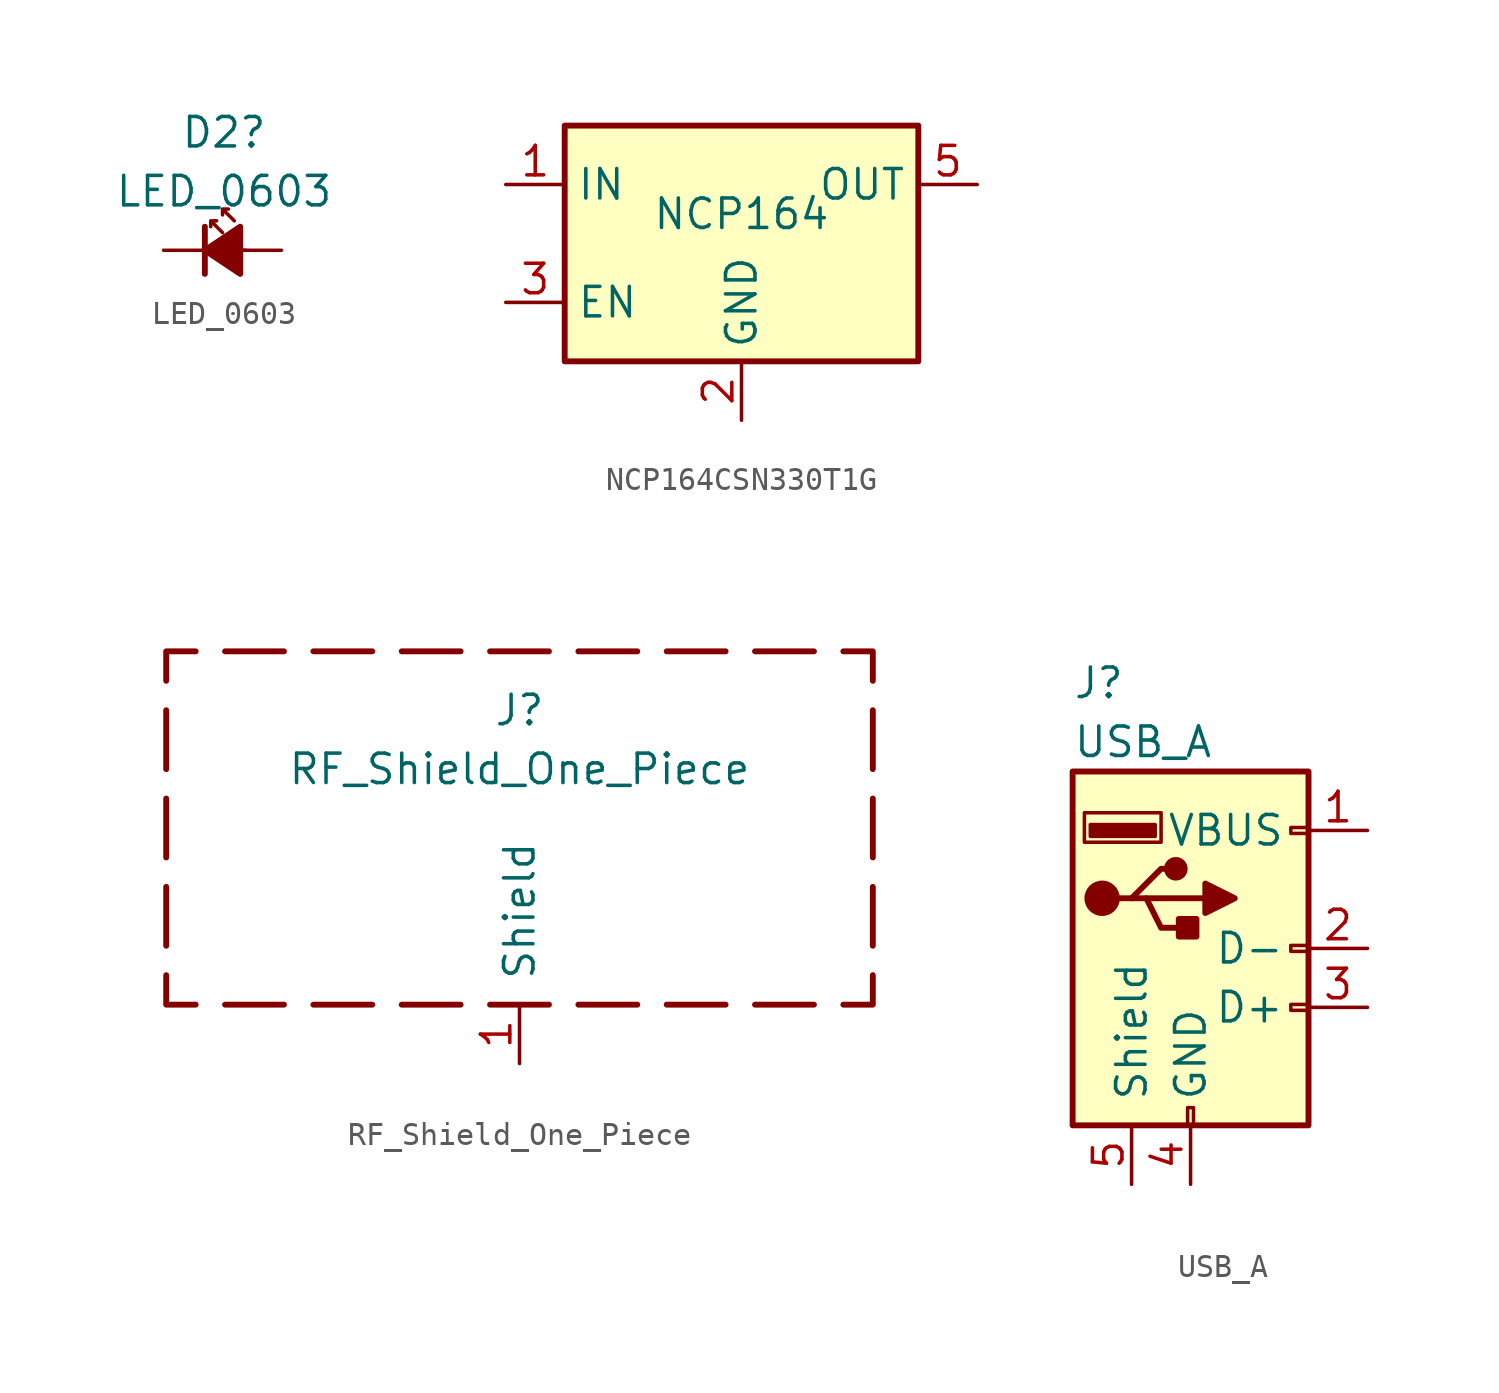
<source format=kicad_sym>
(kicad_symbol_lib
  (version 20220914)
  (generator kicad_symbol_editor)
  (symbol "LED_0603"
    (pin_numbers hide)
    (pin_names
      (offset 0.254) hide)
    (property "Reference" "D2"
      (at 0.064 5.08 0)
      (effects (font (size 1.27 1.27))))
    (property "Value" "LED_0603"
      (at 0.064 2.54 0)
      (effects (font (size 1.27 1.27))))
    (symbol "LED_0603_0_1"
      (polyline (pts (xy -0.762 -1.016) (xy -0.762 1.016)) (stroke (width 0.254) (type default)) (fill (type none)))
      (polyline (pts (xy 1.016 0) (xy -0.762 0)) (stroke (width 0) (type default)) (fill (type none)))
      (polyline (pts (xy 0.762 -1.016) (xy -0.762 0) (xy 0.762 1.016) (xy 0.762 -1.016)) (stroke (width 0.254) (type default)) (fill (type outline)))
      (polyline (pts (xy 0 0.762) (xy -0.508 1.27) (xy -0.254 1.27) (xy -0.508 1.27) (xy -0.508 1.016)) (stroke (width 0) (type default)) (fill (type none)))
      (polyline (pts (xy 0.508 1.27) (xy 0 1.778) (xy 0.254 1.778) (xy 0 1.778) (xy 0 1.524)) (stroke (width 0) (type default)) (fill (type none))))
    (symbol "LED_0603_1_1"
      (pin passive line (at -2.54 0 0) (length 1.778) (name "K" (effects (font (size 1.27 1.27)))) (number "1" (effects (font (size 1.27 1.27)))))
      (pin passive line (at 2.54 0 180) (length 1.778) (name "A" (effects (font (size 1.27 1.27)))) (number "2" (effects (font (size 1.27 1.27)))))))
  (symbol "NCP164CSN330T1G"
    (property "Reference" "U"
      (at 0 8.89 0)
      (effects (font (size 1.27 1.27)) (justify top) hide))
    (property "Value" "NCP164"
      (at 0 1.27 0)
      (effects (font (size 1.27 1.27))))
    (symbol "NCP164CSN330T1G_0_1"
      (rectangle (start -7.62 5.08) (end 7.62 -5.08) (stroke (width 0.254) (type solid)) (fill (type background))))
    (symbol "NCP164CSN330T1G_1_1"
      (pin power_in line (at -10.16 2.54 0) (length 2.54) (name "IN" (effects (font (size 1.27 1.27)))) (number "1" (effects (font (size 1.27 1.27)))))
      (pin power_in line (at 0 -7.62 90) (length 2.54) (name "GND" (effects (font (size 1.27 1.27)))) (number "2" (effects (font (size 1.27 1.27)))))
      (pin input line (at -10.16 -2.54 0) (length 2.54) (name "EN" (effects (font (size 1.27 1.27)))) (number "3" (effects (font (size 1.27 1.27)))))
      (pin no_connect line (at 7.62 -2.54 180) (length 2.54) hide (name "NC" (effects (font (size 1.27 1.27)))) (number "4" (effects (font (size 1.27 1.27)))))
      (pin power_out line (at 10.16 2.54 180) (length 2.54) (name "OUT" (effects (font (size 1.27 1.27)))) (number "5" (effects (font (size 1.27 1.27)))))))
  (symbol "RF_Shield_One_Piece"
    (pin_names
      (offset 1.016))
    (property "Reference" "J"
      (at 0 5.08 0)
      (effects (font (size 1.27 1.27))))
    (property "Value" "RF_Shield_One_Piece"
      (at 0 2.54 0)
      (effects (font (size 1.27 1.27))))
    (symbol "RF_Shield_One_Piece_0_1"
      (polyline (pts (xy -15.24 -5.08) (xy -15.24 -2.54)) (stroke (width 0.254) (type solid)) (fill (type none)))
      (polyline (pts (xy -15.24 -1.27) (xy -15.24 1.27)) (stroke (width 0.254) (type solid)) (fill (type none)))
      (polyline (pts (xy -15.24 2.54) (xy -15.24 5.08)) (stroke (width 0.254) (type solid)) (fill (type none)))
      (polyline (pts (xy -12.7 7.62) (xy -10.16 7.62)) (stroke (width 0.254) (type solid)) (fill (type none)))
      (polyline (pts (xy -10.16 -7.62) (xy -12.7 -7.62)) (stroke (width 0.254) (type solid)) (fill (type none)))
      (polyline (pts (xy -6.35 -7.62) (xy -8.89 -7.62)) (stroke (width 0.254) (type solid)) (fill (type none)))
      (polyline (pts (xy -6.35 7.62) (xy -8.89 7.62)) (stroke (width 0.254) (type solid)) (fill (type none)))
      (polyline (pts (xy -2.54 -7.62) (xy -5.08 -7.62)) (stroke (width 0.254) (type solid)) (fill (type none)))
      (polyline (pts (xy -2.54 7.62) (xy -5.08 7.62)) (stroke (width 0.254) (type solid)) (fill (type none)))
      (polyline (pts (xy -1.27 -7.62) (xy 1.27 -7.62)) (stroke (width 0.254) (type solid)) (fill (type none)))
      (polyline (pts (xy 1.27 7.62) (xy -1.27 7.62)) (stroke (width 0.254) (type solid)) (fill (type none)))
      (polyline (pts (xy 2.54 -7.62) (xy 5.08 -7.62)) (stroke (width 0.254) (type solid)) (fill (type none)))
      (polyline (pts (xy 5.08 7.62) (xy 2.54 7.62)) (stroke (width 0.254) (type solid)) (fill (type none)))
      (polyline (pts (xy 6.35 -7.62) (xy 8.89 -7.62)) (stroke (width 0.254) (type solid)) (fill (type none)))
      (polyline (pts (xy 8.89 7.62) (xy 6.35 7.62)) (stroke (width 0.254) (type solid)) (fill (type none)))
      (polyline (pts (xy 10.16 -7.62) (xy 12.7 -7.62)) (stroke (width 0.254) (type solid)) (fill (type none)))
      (polyline (pts (xy 12.7 7.62) (xy 10.16 7.62)) (stroke (width 0.254) (type solid)) (fill (type none)))
      (polyline (pts (xy 15.24 -5.08) (xy 15.24 -2.54)) (stroke (width 0.254) (type solid)) (fill (type none)))
      (polyline (pts (xy 15.24 -1.27) (xy 15.24 1.27)) (stroke (width 0.254) (type solid)) (fill (type none)))
      (polyline (pts (xy 15.24 2.54) (xy 15.24 5.08)) (stroke (width 0.254) (type solid)) (fill (type none)))
      (polyline (pts (xy -15.24 6.35) (xy -15.24 7.62) (xy -13.97 7.62)) (stroke (width 0.254) (type solid)) (fill (type none)))
      (polyline (pts (xy -13.97 -7.62) (xy -15.24 -7.62) (xy -15.24 -6.35)) (stroke (width 0.254) (type solid)) (fill (type none)))
      (polyline (pts (xy 13.97 -7.62) (xy 15.24 -7.62) (xy 15.24 -6.35)) (stroke (width 0.254) (type solid)) (fill (type none)))
      (polyline (pts (xy 15.24 6.35) (xy 15.24 7.62) (xy 13.97 7.62)) (stroke (width 0.254) (type solid)) (fill (type none))))
    (symbol "RF_Shield_One_Piece_1_1"
      (pin passive line (at 0 -10.16 90) (length 2.54) (name "Shield" (effects (font (size 1.27 1.27)))) (number "1" (effects (font (size 1.27 1.27)))))))
  (symbol "USB_A"
    (pin_names
      (offset 1.016))
    (property "Reference" "J"
      (at -5.08 11.43 0)
      (effects (font (size 1.27 1.27)) (justify left)))
    (property "Value" "USB_A"
      (at -5.08 8.89 0)
      (effects (font (size 1.27 1.27)) (justify left)))
    (symbol "USB_A_0_1"
      (rectangle (start -5.08 -7.62) (end 5.08 7.62) (stroke (width 0.254) (type solid)) (fill (type background)))
      (circle (center -3.81 2.159) (radius 0.635) (stroke (width 0.254) (type solid)) (fill (type outline)))
      (rectangle (start -1.524 4.826) (end -4.318 5.334) (stroke (width 0) (type solid)) (fill (type outline)))
      (rectangle (start -1.27 4.572) (end -4.572 5.842) (stroke (width 0) (type solid)) (fill (type none)))
      (circle (center -0.635 3.429) (radius 0.381) (stroke (width 0.254) (type solid)) (fill (type outline)))
      (rectangle (start -0.127 -7.62) (end 0.127 -6.858) (stroke (width 0) (type solid)) (fill (type none)))
      (polyline (pts (xy -3.175 2.159) (xy -2.54 2.159) (xy -1.27 3.429) (xy -0.635 3.429)) (stroke (width 0.254) (type solid)) (fill (type none)))
      (polyline (pts (xy -2.54 2.159) (xy -1.905 2.159) (xy -1.27 0.889) (xy 0 0.889)) (stroke (width 0.254) (type solid)) (fill (type none)))
      (polyline (pts (xy 0.635 2.794) (xy 0.635 1.524) (xy 1.905 2.159) (xy 0.635 2.794)) (stroke (width 0.254) (type solid)) (fill (type outline)))
      (rectangle (start 0.254 1.27) (end -0.508 0.508) (stroke (width 0.254) (type solid)) (fill (type outline)))
      (rectangle (start 5.08 -2.667) (end 4.318 -2.413) (stroke (width 0) (type solid)) (fill (type none)))
      (rectangle (start 5.08 -0.127) (end 4.318 0.127) (stroke (width 0) (type solid)) (fill (type none)))
      (rectangle (start 5.08 4.953) (end 4.318 5.207) (stroke (width 0) (type solid)) (fill (type none))))
    (symbol "USB_A_1_1"
      (polyline (pts (xy -1.905 2.159) (xy 0.635 2.159)) (stroke (width 0.254) (type solid)) (fill (type none)))
      (pin power_in line (at 7.62 5.08 180) (length 2.54) (name "VBUS" (effects (font (size 1.27 1.27)))) (number "1" (effects (font (size 1.27 1.27)))))
      (pin passive line (at 7.62 0 180) (length 2.54) (name "D-" (effects (font (size 1.27 1.27)))) (number "2" (effects (font (size 1.27 1.27)))))
      (pin passive line (at 7.62 -2.54 180) (length 2.54) (name "D+" (effects (font (size 1.27 1.27)))) (number "3" (effects (font (size 1.27 1.27)))))
      (pin power_in line (at 0 -10.16 90) (length 2.54) (name "GND" (effects (font (size 1.27 1.27)))) (number "4" (effects (font (size 1.27 1.27)))))
      (pin passive line (at -2.54 -10.16 90) (length 2.54) (name "Shield" (effects (font (size 1.27 1.27)))) (number "5" (effects (font (size 1.27 1.27))))))))
</source>
